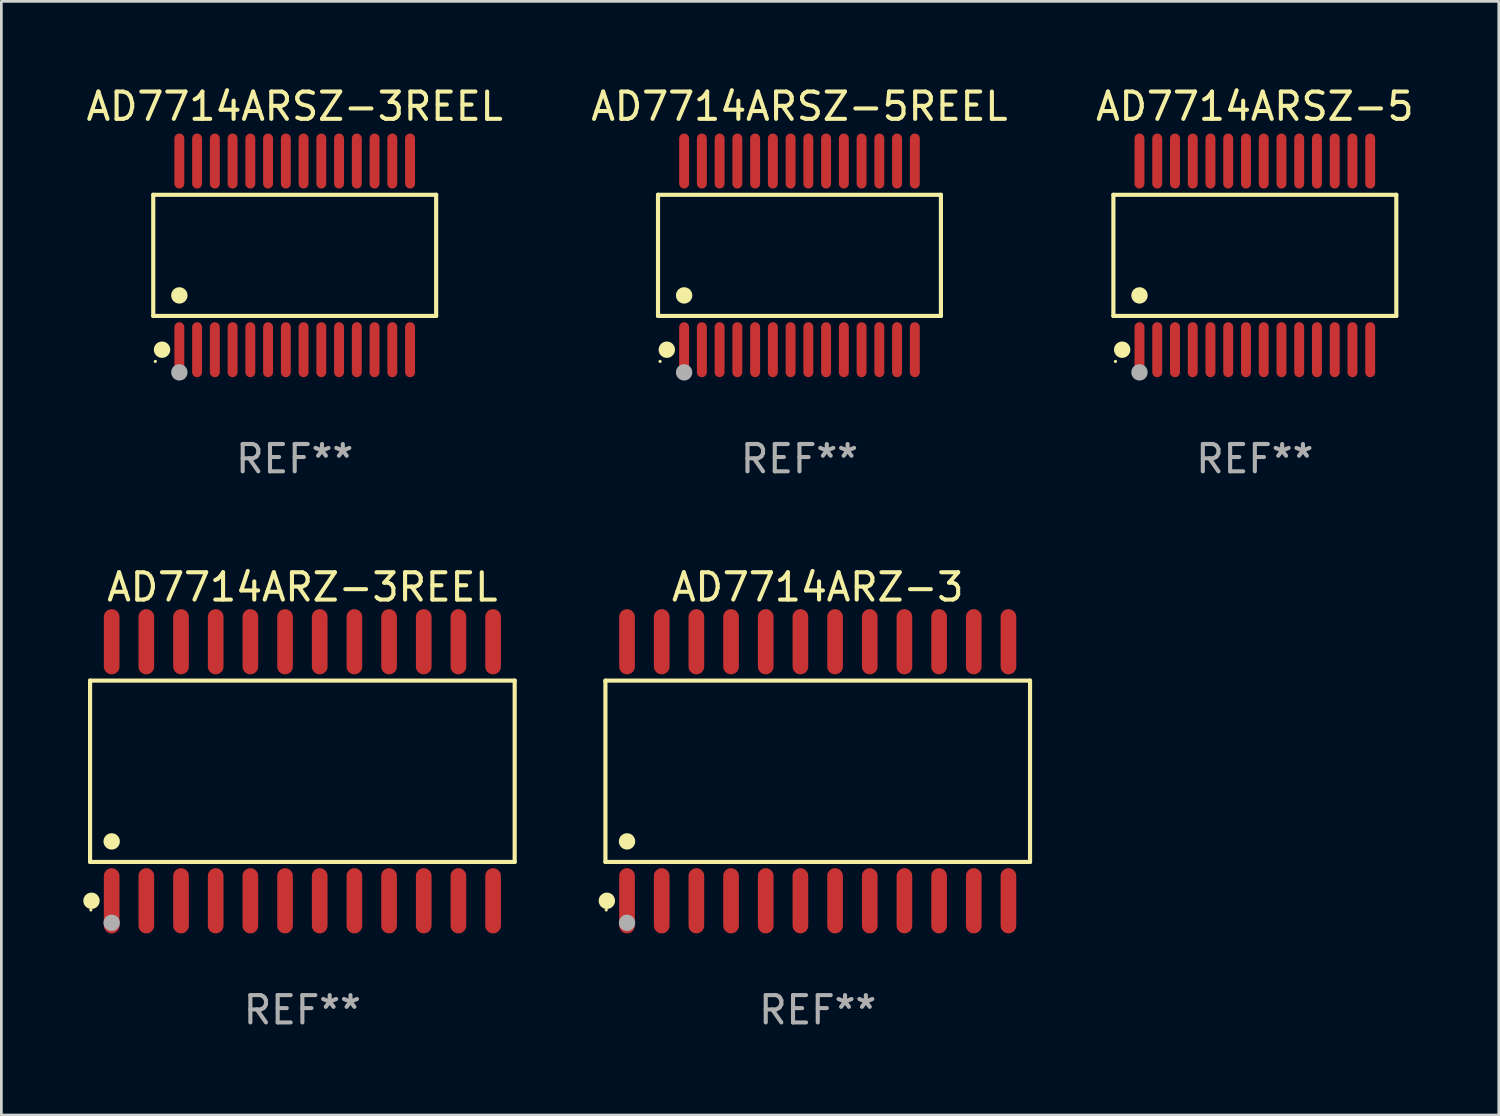
<source format=kicad_pcb>
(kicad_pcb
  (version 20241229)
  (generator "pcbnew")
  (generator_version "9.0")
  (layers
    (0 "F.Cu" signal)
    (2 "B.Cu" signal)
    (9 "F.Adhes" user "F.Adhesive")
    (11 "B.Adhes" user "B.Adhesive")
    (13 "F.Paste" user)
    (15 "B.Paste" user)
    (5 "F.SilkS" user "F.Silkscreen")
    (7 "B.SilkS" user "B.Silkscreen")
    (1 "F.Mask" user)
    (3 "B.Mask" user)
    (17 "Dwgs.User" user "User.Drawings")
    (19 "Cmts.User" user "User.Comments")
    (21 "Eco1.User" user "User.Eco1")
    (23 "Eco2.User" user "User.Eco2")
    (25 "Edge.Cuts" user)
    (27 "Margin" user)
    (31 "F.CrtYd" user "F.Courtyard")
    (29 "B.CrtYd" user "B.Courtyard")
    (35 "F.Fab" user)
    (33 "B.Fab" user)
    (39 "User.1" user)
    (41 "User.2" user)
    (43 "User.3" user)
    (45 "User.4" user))
  (footprint "AD7714ARZ-3"
    (layer "F.Cu")
    (at 26.901 25.199)
    (property "Reference" "AD7714ARZ-3" (at 0 -6.744 0) (layer "F.SilkS") (effects (font (size 1 1) (thickness 0.15))))
    (attr through_hole)
    (fp_line (start -7.776 -3.321) (end 7.776 -3.321) (stroke (width 0.152) (type solid)) (layer "F.SilkS"))
    (fp_line (start -7.776 3.321) (end -7.776 -3.321) (stroke (width 0.152) (type solid)) (layer "F.SilkS"))
    (fp_line (start 7.776 -3.321) (end 7.776 3.321) (stroke (width 0.152) (type solid)) (layer "F.SilkS"))
    (fp_line (start 7.776 3.321) (end -7.776 3.321) (stroke (width 0.152) (type solid)) (layer "F.SilkS"))
    (fp_circle (center -7.747 5.08) (end -7.717 5.08) (stroke (width 0.06) (type solid)) (fill no) (layer "F.SilkS"))
    (fp_circle (center -7.724 4.744) (end -7.574 4.744) (stroke (width 0.3) (type solid)) (fill no) (layer "F.SilkS"))
    (fp_circle (center -6.985 2.569) (end -6.835 2.569) (stroke (width 0.3) (type solid)) (fill no) (layer "F.SilkS"))
    (fp_circle (center -6.985 5.55) (end -6.835 5.55) (stroke (width 0.3) (type solid)) (fill no) (layer "F.Fab"))
    (fp_text user "REF**" (at 0 8.744 0) (layer "F.Fab") (effects (font (size 1 1) (thickness 0.15))))
    (pad "1" smd oval (at -6.985 4.744) (size 0.574 2.388) (layers "F.Cu" "F.Mask" "F.Paste"))
    (pad "2" smd oval (at -5.715 4.744) (size 0.574 2.388) (layers "F.Cu" "F.Mask" "F.Paste"))
    (pad "3" smd oval (at -4.445 4.744) (size 0.574 2.388) (layers "F.Cu" "F.Mask" "F.Paste"))
    (pad "4" smd oval (at -3.175 4.744) (size 0.574 2.388) (layers "F.Cu" "F.Mask" "F.Paste"))
    (pad "5" smd oval (at -1.905 4.744) (size 0.574 2.388) (layers "F.Cu" "F.Mask" "F.Paste"))
    (pad "6" smd oval (at -0.635 4.744) (size 0.574 2.388) (layers "F.Cu" "F.Mask" "F.Paste"))
    (pad "7" smd oval (at 0.635 4.744) (size 0.574 2.388) (layers "F.Cu" "F.Mask" "F.Paste"))
    (pad "8" smd oval (at 1.905 4.744) (size 0.574 2.388) (layers "F.Cu" "F.Mask" "F.Paste"))
    (pad "9" smd oval (at 3.175 4.744) (size 0.574 2.388) (layers "F.Cu" "F.Mask" "F.Paste"))
    (pad "10" smd oval (at 4.445 4.744) (size 0.574 2.388) (layers "F.Cu" "F.Mask" "F.Paste"))
    (pad "11" smd oval (at 5.715 4.744) (size 0.574 2.388) (layers "F.Cu" "F.Mask" "F.Paste"))
    (pad "12" smd oval (at 6.985 4.744) (size 0.574 2.388) (layers "F.Cu" "F.Mask" "F.Paste"))
    (pad "13" smd oval (at 6.985 -4.744) (size 0.574 2.388) (layers "F.Cu" "F.Mask" "F.Paste"))
    (pad "14" smd oval (at 5.715 -4.744) (size 0.574 2.388) (layers "F.Cu" "F.Mask" "F.Paste"))
    (pad "15" smd oval (at 4.445 -4.744) (size 0.574 2.388) (layers "F.Cu" "F.Mask" "F.Paste"))
    (pad "16" smd oval (at 3.175 -4.744) (size 0.574 2.388) (layers "F.Cu" "F.Mask" "F.Paste"))
    (pad "17" smd oval (at 1.905 -4.744) (size 0.574 2.388) (layers "F.Cu" "F.Mask" "F.Paste"))
    (pad "18" smd oval (at 0.635 -4.744) (size 0.574 2.388) (layers "F.Cu" "F.Mask" "F.Paste"))
    (pad "19" smd oval (at -0.635 -4.744) (size 0.574 2.388) (layers "F.Cu" "F.Mask" "F.Paste"))
    (pad "20" smd oval (at -1.905 -4.744) (size 0.574 2.388) (layers "F.Cu" "F.Mask" "F.Paste"))
    (pad "21" smd oval (at -3.175 -4.744) (size 0.574 2.388) (layers "F.Cu" "F.Mask" "F.Paste"))
    (pad "22" smd oval (at -4.445 -4.744) (size 0.574 2.388) (layers "F.Cu" "F.Mask" "F.Paste"))
    (pad "23" smd oval (at -5.715 -4.744) (size 0.574 2.388) (layers "F.Cu" "F.Mask" "F.Paste"))
    (pad "24" smd oval (at -6.985 -4.744) (size 0.574 2.388) (layers "F.Cu" "F.Mask" "F.Paste")))
  (footprint "AD7714ARSZ-5"
    (layer "F.Cu")
    (at 42.911 6.303)
    (property "Reference" "AD7714ARSZ-5" (at 0 -5.455 0) (layer "F.SilkS") (effects (font (size 1 1) (thickness 0.15))))
    (attr through_hole)
    (fp_line (start -5.181 -2.219) (end 5.181 -2.219) (stroke (width 0.152) (type solid)) (layer "F.SilkS"))
    (fp_line (start -5.181 2.219) (end -5.181 -2.219) (stroke (width 0.152) (type solid)) (layer "F.SilkS"))
    (fp_line (start 5.181 -2.219) (end 5.181 2.219) (stroke (width 0.152) (type solid)) (layer "F.SilkS"))
    (fp_line (start 5.181 2.219) (end -5.181 2.219) (stroke (width 0.152) (type solid)) (layer "F.SilkS"))
    (fp_circle (center -5.105 3.885) (end -5.075 3.885) (stroke (width 0.06) (type solid)) (fill no) (layer "F.SilkS"))
    (fp_circle (center -4.859 3.455) (end -4.709 3.455) (stroke (width 0.3) (type solid)) (fill no) (layer "F.SilkS"))
    (fp_circle (center -4.225 1.467) (end -4.075 1.467) (stroke (width 0.3) (type solid)) (fill no) (layer "F.SilkS"))
    (fp_circle (center -4.225 4.285) (end -4.075 4.285) (stroke (width 0.3) (type solid)) (fill no) (layer "F.Fab"))
    (fp_text user "REF**" (at 0 7.455 0) (layer "F.Fab") (effects (font (size 1 1) (thickness 0.15))))
    (pad "1" smd oval (at -4.225 3.455) (size 0.364 2.015) (layers "F.Cu" "F.Mask" "F.Paste"))
    (pad "2" smd oval (at -3.575 3.455) (size 0.364 2.015) (layers "F.Cu" "F.Mask" "F.Paste"))
    (pad "3" smd oval (at -2.925 3.455) (size 0.364 2.015) (layers "F.Cu" "F.Mask" "F.Paste"))
    (pad "4" smd oval (at -2.275 3.455) (size 0.364 2.015) (layers "F.Cu" "F.Mask" "F.Paste"))
    (pad "5" smd oval (at -1.625 3.455) (size 0.364 2.015) (layers "F.Cu" "F.Mask" "F.Paste"))
    (pad "6" smd oval (at -0.975 3.455) (size 0.364 2.015) (layers "F.Cu" "F.Mask" "F.Paste"))
    (pad "7" smd oval (at -0.325 3.455) (size 0.364 2.015) (layers "F.Cu" "F.Mask" "F.Paste"))
    (pad "8" smd oval (at 0.325 3.455) (size 0.364 2.015) (layers "F.Cu" "F.Mask" "F.Paste"))
    (pad "9" smd oval (at 0.975 3.455) (size 0.364 2.015) (layers "F.Cu" "F.Mask" "F.Paste"))
    (pad "10" smd oval (at 1.625 3.455) (size 0.364 2.015) (layers "F.Cu" "F.Mask" "F.Paste"))
    (pad "11" smd oval (at 2.275 3.455) (size 0.364 2.015) (layers "F.Cu" "F.Mask" "F.Paste"))
    (pad "12" smd oval (at 2.925 3.455) (size 0.364 2.015) (layers "F.Cu" "F.Mask" "F.Paste"))
    (pad "13" smd oval (at 3.575 3.455) (size 0.364 2.015) (layers "F.Cu" "F.Mask" "F.Paste"))
    (pad "14" smd oval (at 4.225 3.455) (size 0.364 2.015) (layers "F.Cu" "F.Mask" "F.Paste"))
    (pad "15" smd oval (at 4.225 -3.455) (size 0.364 2.015) (layers "F.Cu" "F.Mask" "F.Paste"))
    (pad "16" smd oval (at 3.575 -3.455) (size 0.364 2.015) (layers "F.Cu" "F.Mask" "F.Paste"))
    (pad "17" smd oval (at 2.925 -3.455) (size 0.364 2.015) (layers "F.Cu" "F.Mask" "F.Paste"))
    (pad "18" smd oval (at 2.275 -3.455) (size 0.364 2.015) (layers "F.Cu" "F.Mask" "F.Paste"))
    (pad "19" smd oval (at 1.625 -3.455) (size 0.364 2.015) (layers "F.Cu" "F.Mask" "F.Paste"))
    (pad "20" smd oval (at 0.975 -3.455) (size 0.364 2.015) (layers "F.Cu" "F.Mask" "F.Paste"))
    (pad "21" smd oval (at 0.325 -3.455) (size 0.364 2.015) (layers "F.Cu" "F.Mask" "F.Paste"))
    (pad "22" smd oval (at -0.325 -3.455) (size 0.364 2.015) (layers "F.Cu" "F.Mask" "F.Paste"))
    (pad "23" smd oval (at -0.975 -3.455) (size 0.364 2.015) (layers "F.Cu" "F.Mask" "F.Paste"))
    (pad "24" smd oval (at -1.625 -3.455) (size 0.364 2.015) (layers "F.Cu" "F.Mask" "F.Paste"))
    (pad "25" smd oval (at -2.275 -3.455) (size 0.364 2.015) (layers "F.Cu" "F.Mask" "F.Paste"))
    (pad "26" smd oval (at -2.925 -3.455) (size 0.364 2.015) (layers "F.Cu" "F.Mask" "F.Paste"))
    (pad "27" smd oval (at -3.575 -3.455) (size 0.364 2.015) (layers "F.Cu" "F.Mask" "F.Paste"))
    (pad "28" smd oval (at -4.225 -3.455) (size 0.364 2.015) (layers "F.Cu" "F.Mask" "F.Paste")))
  (footprint "AD7714ARZ-3REEL"
    (layer "F.Cu")
    (at 8.025 25.199)
    (property "Reference" "AD7714ARZ-3REEL" (at 0 -6.744 0) (layer "F.SilkS") (effects (font (size 1 1) (thickness 0.15))))
    (attr through_hole)
    (fp_line (start -7.776 -3.321) (end 7.776 -3.321) (stroke (width 0.152) (type solid)) (layer "F.SilkS"))
    (fp_line (start -7.776 3.321) (end -7.776 -3.321) (stroke (width 0.152) (type solid)) (layer "F.SilkS"))
    (fp_line (start 7.776 -3.321) (end 7.776 3.321) (stroke (width 0.152) (type solid)) (layer "F.SilkS"))
    (fp_line (start 7.776 3.321) (end -7.776 3.321) (stroke (width 0.152) (type solid)) (layer "F.SilkS"))
    (fp_circle (center -7.747 5.08) (end -7.717 5.08) (stroke (width 0.06) (type solid)) (fill no) (layer "F.SilkS"))
    (fp_circle (center -7.724 4.744) (end -7.574 4.744) (stroke (width 0.3) (type solid)) (fill no) (layer "F.SilkS"))
    (fp_circle (center -6.985 2.569) (end -6.835 2.569) (stroke (width 0.3) (type solid)) (fill no) (layer "F.SilkS"))
    (fp_circle (center -6.985 5.55) (end -6.835 5.55) (stroke (width 0.3) (type solid)) (fill no) (layer "F.Fab"))
    (fp_text user "REF**" (at 0 8.744 0) (layer "F.Fab") (effects (font (size 1 1) (thickness 0.15))))
    (pad "1" smd oval (at -6.985 4.744) (size 0.574 2.388) (layers "F.Cu" "F.Mask" "F.Paste"))
    (pad "2" smd oval (at -5.715 4.744) (size 0.574 2.388) (layers "F.Cu" "F.Mask" "F.Paste"))
    (pad "3" smd oval (at -4.445 4.744) (size 0.574 2.388) (layers "F.Cu" "F.Mask" "F.Paste"))
    (pad "4" smd oval (at -3.175 4.744) (size 0.574 2.388) (layers "F.Cu" "F.Mask" "F.Paste"))
    (pad "5" smd oval (at -1.905 4.744) (size 0.574 2.388) (layers "F.Cu" "F.Mask" "F.Paste"))
    (pad "6" smd oval (at -0.635 4.744) (size 0.574 2.388) (layers "F.Cu" "F.Mask" "F.Paste"))
    (pad "7" smd oval (at 0.635 4.744) (size 0.574 2.388) (layers "F.Cu" "F.Mask" "F.Paste"))
    (pad "8" smd oval (at 1.905 4.744) (size 0.574 2.388) (layers "F.Cu" "F.Mask" "F.Paste"))
    (pad "9" smd oval (at 3.175 4.744) (size 0.574 2.388) (layers "F.Cu" "F.Mask" "F.Paste"))
    (pad "10" smd oval (at 4.445 4.744) (size 0.574 2.388) (layers "F.Cu" "F.Mask" "F.Paste"))
    (pad "11" smd oval (at 5.715 4.744) (size 0.574 2.388) (layers "F.Cu" "F.Mask" "F.Paste"))
    (pad "12" smd oval (at 6.985 4.744) (size 0.574 2.388) (layers "F.Cu" "F.Mask" "F.Paste"))
    (pad "13" smd oval (at 6.985 -4.744) (size 0.574 2.388) (layers "F.Cu" "F.Mask" "F.Paste"))
    (pad "14" smd oval (at 5.715 -4.744) (size 0.574 2.388) (layers "F.Cu" "F.Mask" "F.Paste"))
    (pad "15" smd oval (at 4.445 -4.744) (size 0.574 2.388) (layers "F.Cu" "F.Mask" "F.Paste"))
    (pad "16" smd oval (at 3.175 -4.744) (size 0.574 2.388) (layers "F.Cu" "F.Mask" "F.Paste"))
    (pad "17" smd oval (at 1.905 -4.744) (size 0.574 2.388) (layers "F.Cu" "F.Mask" "F.Paste"))
    (pad "18" smd oval (at 0.635 -4.744) (size 0.574 2.388) (layers "F.Cu" "F.Mask" "F.Paste"))
    (pad "19" smd oval (at -0.635 -4.744) (size 0.574 2.388) (layers "F.Cu" "F.Mask" "F.Paste"))
    (pad "20" smd oval (at -1.905 -4.744) (size 0.574 2.388) (layers "F.Cu" "F.Mask" "F.Paste"))
    (pad "21" smd oval (at -3.175 -4.744) (size 0.574 2.388) (layers "F.Cu" "F.Mask" "F.Paste"))
    (pad "22" smd oval (at -4.445 -4.744) (size 0.574 2.388) (layers "F.Cu" "F.Mask" "F.Paste"))
    (pad "23" smd oval (at -5.715 -4.744) (size 0.574 2.388) (layers "F.Cu" "F.Mask" "F.Paste"))
    (pad "24" smd oval (at -6.985 -4.744) (size 0.574 2.388) (layers "F.Cu" "F.Mask" "F.Paste")))
  (footprint "AD7714ARSZ-3REEL"
    (layer "F.Cu")
    (at 7.744 6.303)
    (property "Reference" "AD7714ARSZ-3REEL" (at 0 -5.455 0) (layer "F.SilkS") (effects (font (size 1 1) (thickness 0.15))))
    (attr through_hole)
    (fp_line (start -5.181 -2.219) (end 5.181 -2.219) (stroke (width 0.152) (type solid)) (layer "F.SilkS"))
    (fp_line (start -5.181 2.219) (end -5.181 -2.219) (stroke (width 0.152) (type solid)) (layer "F.SilkS"))
    (fp_line (start 5.181 -2.219) (end 5.181 2.219) (stroke (width 0.152) (type solid)) (layer "F.SilkS"))
    (fp_line (start 5.181 2.219) (end -5.181 2.219) (stroke (width 0.152) (type solid)) (layer "F.SilkS"))
    (fp_circle (center -5.105 3.885) (end -5.075 3.885) (stroke (width 0.06) (type solid)) (fill no) (layer "F.SilkS"))
    (fp_circle (center -4.859 3.455) (end -4.709 3.455) (stroke (width 0.3) (type solid)) (fill no) (layer "F.SilkS"))
    (fp_circle (center -4.225 1.467) (end -4.075 1.467) (stroke (width 0.3) (type solid)) (fill no) (layer "F.SilkS"))
    (fp_circle (center -4.225 4.285) (end -4.075 4.285) (stroke (width 0.3) (type solid)) (fill no) (layer "F.Fab"))
    (fp_text user "REF**" (at 0 7.455 0) (layer "F.Fab") (effects (font (size 1 1) (thickness 0.15))))
    (pad "1" smd oval (at -4.225 3.455) (size 0.364 2.015) (layers "F.Cu" "F.Mask" "F.Paste"))
    (pad "2" smd oval (at -3.575 3.455) (size 0.364 2.015) (layers "F.Cu" "F.Mask" "F.Paste"))
    (pad "3" smd oval (at -2.925 3.455) (size 0.364 2.015) (layers "F.Cu" "F.Mask" "F.Paste"))
    (pad "4" smd oval (at -2.275 3.455) (size 0.364 2.015) (layers "F.Cu" "F.Mask" "F.Paste"))
    (pad "5" smd oval (at -1.625 3.455) (size 0.364 2.015) (layers "F.Cu" "F.Mask" "F.Paste"))
    (pad "6" smd oval (at -0.975 3.455) (size 0.364 2.015) (layers "F.Cu" "F.Mask" "F.Paste"))
    (pad "7" smd oval (at -0.325 3.455) (size 0.364 2.015) (layers "F.Cu" "F.Mask" "F.Paste"))
    (pad "8" smd oval (at 0.325 3.455) (size 0.364 2.015) (layers "F.Cu" "F.Mask" "F.Paste"))
    (pad "9" smd oval (at 0.975 3.455) (size 0.364 2.015) (layers "F.Cu" "F.Mask" "F.Paste"))
    (pad "10" smd oval (at 1.625 3.455) (size 0.364 2.015) (layers "F.Cu" "F.Mask" "F.Paste"))
    (pad "11" smd oval (at 2.275 3.455) (size 0.364 2.015) (layers "F.Cu" "F.Mask" "F.Paste"))
    (pad "12" smd oval (at 2.925 3.455) (size 0.364 2.015) (layers "F.Cu" "F.Mask" "F.Paste"))
    (pad "13" smd oval (at 3.575 3.455) (size 0.364 2.015) (layers "F.Cu" "F.Mask" "F.Paste"))
    (pad "14" smd oval (at 4.225 3.455) (size 0.364 2.015) (layers "F.Cu" "F.Mask" "F.Paste"))
    (pad "15" smd oval (at 4.225 -3.455) (size 0.364 2.015) (layers "F.Cu" "F.Mask" "F.Paste"))
    (pad "16" smd oval (at 3.575 -3.455) (size 0.364 2.015) (layers "F.Cu" "F.Mask" "F.Paste"))
    (pad "17" smd oval (at 2.925 -3.455) (size 0.364 2.015) (layers "F.Cu" "F.Mask" "F.Paste"))
    (pad "18" smd oval (at 2.275 -3.455) (size 0.364 2.015) (layers "F.Cu" "F.Mask" "F.Paste"))
    (pad "19" smd oval (at 1.625 -3.455) (size 0.364 2.015) (layers "F.Cu" "F.Mask" "F.Paste"))
    (pad "20" smd oval (at 0.975 -3.455) (size 0.364 2.015) (layers "F.Cu" "F.Mask" "F.Paste"))
    (pad "21" smd oval (at 0.325 -3.455) (size 0.364 2.015) (layers "F.Cu" "F.Mask" "F.Paste"))
    (pad "22" smd oval (at -0.325 -3.455) (size 0.364 2.015) (layers "F.Cu" "F.Mask" "F.Paste"))
    (pad "23" smd oval (at -0.975 -3.455) (size 0.364 2.015) (layers "F.Cu" "F.Mask" "F.Paste"))
    (pad "24" smd oval (at -1.625 -3.455) (size 0.364 2.015) (layers "F.Cu" "F.Mask" "F.Paste"))
    (pad "25" smd oval (at -2.275 -3.455) (size 0.364 2.015) (layers "F.Cu" "F.Mask" "F.Paste"))
    (pad "26" smd oval (at -2.925 -3.455) (size 0.364 2.015) (layers "F.Cu" "F.Mask" "F.Paste"))
    (pad "27" smd oval (at -3.575 -3.455) (size 0.364 2.015) (layers "F.Cu" "F.Mask" "F.Paste"))
    (pad "28" smd oval (at -4.225 -3.455) (size 0.364 2.015) (layers "F.Cu" "F.Mask" "F.Paste")))
  (footprint "AD7714ARSZ-5REEL"
    (layer "F.Cu")
    (at 26.232 6.303)
    (property "Reference" "AD7714ARSZ-5REEL" (at 0 -5.455 0) (layer "F.SilkS") (effects (font (size 1 1) (thickness 0.15))))
    (attr through_hole)
    (fp_line (start -5.181 -2.219) (end 5.181 -2.219) (stroke (width 0.152) (type solid)) (layer "F.SilkS"))
    (fp_line (start -5.181 2.219) (end -5.181 -2.219) (stroke (width 0.152) (type solid)) (layer "F.SilkS"))
    (fp_line (start 5.181 -2.219) (end 5.181 2.219) (stroke (width 0.152) (type solid)) (layer "F.SilkS"))
    (fp_line (start 5.181 2.219) (end -5.181 2.219) (stroke (width 0.152) (type solid)) (layer "F.SilkS"))
    (fp_circle (center -5.105 3.885) (end -5.075 3.885) (stroke (width 0.06) (type solid)) (fill no) (layer "F.SilkS"))
    (fp_circle (center -4.859 3.455) (end -4.709 3.455) (stroke (width 0.3) (type solid)) (fill no) (layer "F.SilkS"))
    (fp_circle (center -4.225 1.467) (end -4.075 1.467) (stroke (width 0.3) (type solid)) (fill no) (layer "F.SilkS"))
    (fp_circle (center -4.225 4.285) (end -4.075 4.285) (stroke (width 0.3) (type solid)) (fill no) (layer "F.Fab"))
    (fp_text user "REF**" (at 0 7.455 0) (layer "F.Fab") (effects (font (size 1 1) (thickness 0.15))))
    (pad "1" smd oval (at -4.225 3.455) (size 0.364 2.015) (layers "F.Cu" "F.Mask" "F.Paste"))
    (pad "2" smd oval (at -3.575 3.455) (size 0.364 2.015) (layers "F.Cu" "F.Mask" "F.Paste"))
    (pad "3" smd oval (at -2.925 3.455) (size 0.364 2.015) (layers "F.Cu" "F.Mask" "F.Paste"))
    (pad "4" smd oval (at -2.275 3.455) (size 0.364 2.015) (layers "F.Cu" "F.Mask" "F.Paste"))
    (pad "5" smd oval (at -1.625 3.455) (size 0.364 2.015) (layers "F.Cu" "F.Mask" "F.Paste"))
    (pad "6" smd oval (at -0.975 3.455) (size 0.364 2.015) (layers "F.Cu" "F.Mask" "F.Paste"))
    (pad "7" smd oval (at -0.325 3.455) (size 0.364 2.015) (layers "F.Cu" "F.Mask" "F.Paste"))
    (pad "8" smd oval (at 0.325 3.455) (size 0.364 2.015) (layers "F.Cu" "F.Mask" "F.Paste"))
    (pad "9" smd oval (at 0.975 3.455) (size 0.364 2.015) (layers "F.Cu" "F.Mask" "F.Paste"))
    (pad "10" smd oval (at 1.625 3.455) (size 0.364 2.015) (layers "F.Cu" "F.Mask" "F.Paste"))
    (pad "11" smd oval (at 2.275 3.455) (size 0.364 2.015) (layers "F.Cu" "F.Mask" "F.Paste"))
    (pad "12" smd oval (at 2.925 3.455) (size 0.364 2.015) (layers "F.Cu" "F.Mask" "F.Paste"))
    (pad "13" smd oval (at 3.575 3.455) (size 0.364 2.015) (layers "F.Cu" "F.Mask" "F.Paste"))
    (pad "14" smd oval (at 4.225 3.455) (size 0.364 2.015) (layers "F.Cu" "F.Mask" "F.Paste"))
    (pad "15" smd oval (at 4.225 -3.455) (size 0.364 2.015) (layers "F.Cu" "F.Mask" "F.Paste"))
    (pad "16" smd oval (at 3.575 -3.455) (size 0.364 2.015) (layers "F.Cu" "F.Mask" "F.Paste"))
    (pad "17" smd oval (at 2.925 -3.455) (size 0.364 2.015) (layers "F.Cu" "F.Mask" "F.Paste"))
    (pad "18" smd oval (at 2.275 -3.455) (size 0.364 2.015) (layers "F.Cu" "F.Mask" "F.Paste"))
    (pad "19" smd oval (at 1.625 -3.455) (size 0.364 2.015) (layers "F.Cu" "F.Mask" "F.Paste"))
    (pad "20" smd oval (at 0.975 -3.455) (size 0.364 2.015) (layers "F.Cu" "F.Mask" "F.Paste"))
    (pad "21" smd oval (at 0.325 -3.455) (size 0.364 2.015) (layers "F.Cu" "F.Mask" "F.Paste"))
    (pad "22" smd oval (at -0.325 -3.455) (size 0.364 2.015) (layers "F.Cu" "F.Mask" "F.Paste"))
    (pad "23" smd oval (at -0.975 -3.455) (size 0.364 2.015) (layers "F.Cu" "F.Mask" "F.Paste"))
    (pad "24" smd oval (at -1.625 -3.455) (size 0.364 2.015) (layers "F.Cu" "F.Mask" "F.Paste"))
    (pad "25" smd oval (at -2.275 -3.455) (size 0.364 2.015) (layers "F.Cu" "F.Mask" "F.Paste"))
    (pad "26" smd oval (at -2.925 -3.455) (size 0.364 2.015) (layers "F.Cu" "F.Mask" "F.Paste"))
    (pad "27" smd oval (at -3.575 -3.455) (size 0.364 2.015) (layers "F.Cu" "F.Mask" "F.Paste"))
    (pad "28" smd oval (at -4.225 -3.455) (size 0.364 2.015) (layers "F.Cu" "F.Mask" "F.Paste")))
  (gr_rect
    (start -3 -3)
    (end 51.845 37.791)
    (stroke (width 0.1) (type default))
    (fill no)
    (layer "Edge.Cuts")))
</source>
